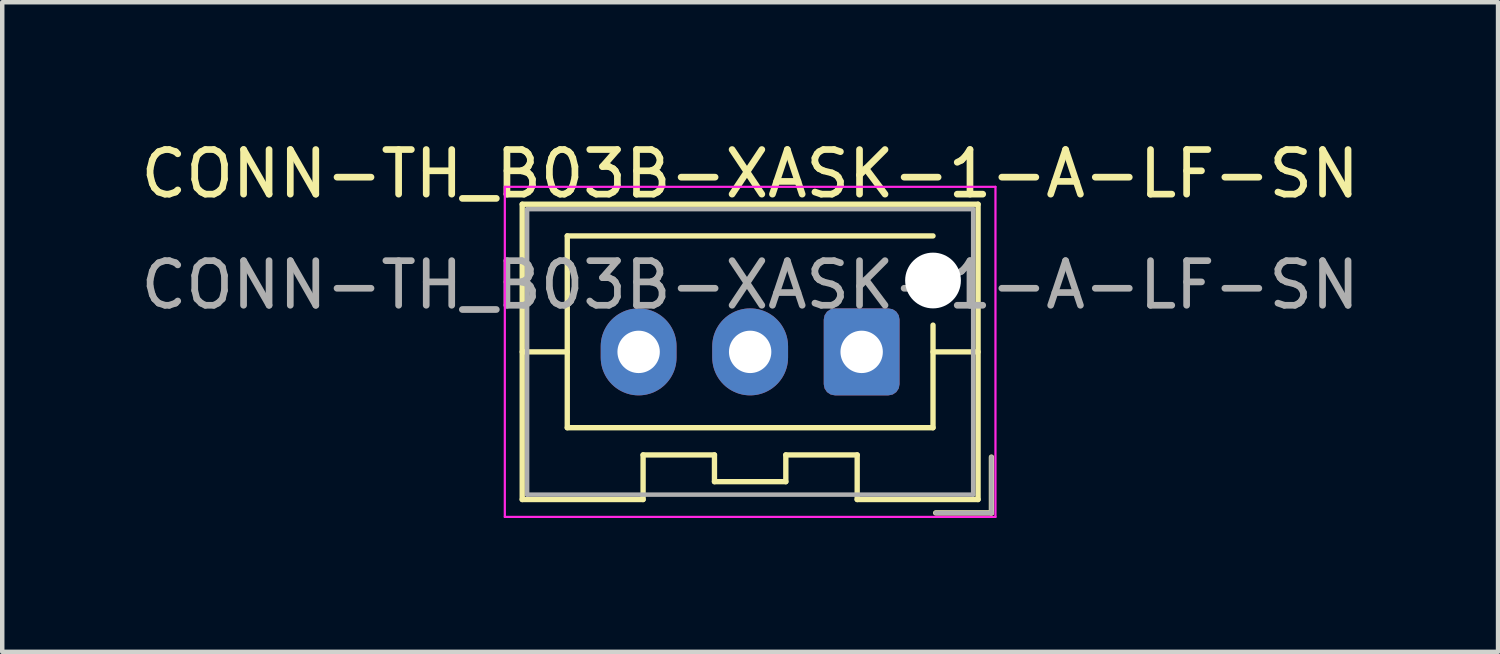
<source format=kicad_pcb>
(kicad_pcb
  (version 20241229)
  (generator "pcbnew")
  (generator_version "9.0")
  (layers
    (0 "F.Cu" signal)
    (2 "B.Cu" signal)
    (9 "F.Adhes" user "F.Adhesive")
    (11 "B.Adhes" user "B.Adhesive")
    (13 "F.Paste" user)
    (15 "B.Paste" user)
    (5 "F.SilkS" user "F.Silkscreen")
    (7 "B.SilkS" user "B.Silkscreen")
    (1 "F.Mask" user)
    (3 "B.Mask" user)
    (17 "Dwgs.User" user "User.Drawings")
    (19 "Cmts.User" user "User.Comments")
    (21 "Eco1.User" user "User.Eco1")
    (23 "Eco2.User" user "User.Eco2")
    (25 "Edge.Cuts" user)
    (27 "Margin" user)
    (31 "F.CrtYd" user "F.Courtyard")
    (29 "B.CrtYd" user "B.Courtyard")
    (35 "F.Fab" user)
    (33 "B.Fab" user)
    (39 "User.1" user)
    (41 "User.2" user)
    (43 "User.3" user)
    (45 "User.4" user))
  (footprint "CONN-TH_B03B-XASK-1-A-LF-SN"
    (layer "F.Cu")
    (at 13.768 4.848)
    (property "Reference" "CONN-TH_B03B-XASK-1-A-LF-SN" (at 0 -4 0) (layer "F.SilkS") (effects (font (size 1 1) (thickness 0.15))))
    (attr smd)
    (fp_line (start -5.11 -3.319) (end -5.11 3.301) (stroke (width 0.12) (type solid)) (layer "F.SilkS"))
    (fp_line (start -5.11 -0.009) (end -4.1 -0.009) (stroke (width 0.12) (type solid)) (layer "F.SilkS"))
    (fp_line (start -5.11 3.301) (end -2.4 3.301) (stroke (width 0.12) (type solid)) (layer "F.SilkS"))
    (fp_line (start -4.1 -2.609) (end 4.1 -2.609) (stroke (width 0.12) (type solid)) (layer "F.SilkS"))
    (fp_line (start -4.1 1.691) (end -4.1 -2.609) (stroke (width 0.12) (type solid)) (layer "F.SilkS"))
    (fp_line (start -2.4 2.301) (end -0.8 2.301) (stroke (width 0.12) (type solid)) (layer "F.SilkS"))
    (fp_line (start -2.4 3.301) (end -2.4 2.301) (stroke (width 0.12) (type solid)) (layer "F.SilkS"))
    (fp_line (start -0.8 2.301) (end -0.8 2.901) (stroke (width 0.12) (type solid)) (layer "F.SilkS"))
    (fp_line (start -0.8 2.901) (end 0.8 2.901) (stroke (width 0.12) (type solid)) (layer "F.SilkS"))
    (fp_line (start 0.8 2.301) (end 2.4 2.301) (stroke (width 0.12) (type solid)) (layer "F.SilkS"))
    (fp_line (start 0.8 2.901) (end 0.8 2.301) (stroke (width 0.12) (type solid)) (layer "F.SilkS"))
    (fp_line (start 2.4 2.301) (end 2.4 3.301) (stroke (width 0.12) (type solid)) (layer "F.SilkS"))
    (fp_line (start 2.4 3.301) (end 5.11 3.301) (stroke (width 0.12) (type solid)) (layer "F.SilkS"))
    (fp_line (start 4.1 -0.609) (end 4.1 1.691) (stroke (width 0.12) (type solid)) (layer "F.SilkS"))
    (fp_line (start 4.1 1.691) (end -4.1 1.691) (stroke (width 0.12) (type solid)) (layer "F.SilkS"))
    (fp_line (start 4.16 3.601) (end 5.41 3.601) (stroke (width 0.12) (type solid)) (layer "F.SilkS"))
    (fp_line (start 5.11 -3.319) (end -5.11 -3.319) (stroke (width 0.12) (type solid)) (layer "F.SilkS"))
    (fp_line (start 5.11 -0.009) (end 4.1 -0.009) (stroke (width 0.12) (type solid)) (layer "F.SilkS"))
    (fp_line (start 5.11 3.301) (end 5.11 -3.319) (stroke (width 0.12) (type solid)) (layer "F.SilkS"))
    (fp_line (start 5.41 3.601) (end 5.41 2.351) (stroke (width 0.12) (type solid)) (layer "F.SilkS"))
    (fp_line (start -5.5 -3.709) (end -5.5 3.691) (stroke (width 0.05) (type solid)) (layer "F.CrtYd"))
    (fp_line (start -5.5 3.691) (end 5.5 3.691) (stroke (width 0.05) (type solid)) (layer "F.CrtYd"))
    (fp_line (start 5.5 -3.709) (end -5.5 -3.709) (stroke (width 0.05) (type solid)) (layer "F.CrtYd"))
    (fp_line (start 5.5 3.691) (end 5.5 -3.709) (stroke (width 0.05) (type solid)) (layer "F.CrtYd"))
    (fp_line (start -5 -3.209) (end -5 3.191) (stroke (width 0.1) (type solid)) (layer "F.Fab"))
    (fp_line (start -5 3.191) (end 5 3.191) (stroke (width 0.1) (type solid)) (layer "F.Fab"))
    (fp_line (start 4.16 3.601) (end 5.41 3.601) (stroke (width 0.1) (type solid)) (layer "F.Fab"))
    (fp_line (start 5 -3.209) (end -5 -3.209) (stroke (width 0.1) (type solid)) (layer "F.Fab"))
    (fp_line (start 5 3.191) (end 5 -3.209) (stroke (width 0.1) (type solid)) (layer "F.Fab"))
    (fp_line (start 5.41 3.601) (end 5.41 2.351) (stroke (width 0.1) (type solid)) (layer "F.Fab"))
    (fp_text user "${REFERENCE}" (at 0 -1.509 180) (layer "F.Fab") (effects (font (size 1 1) (thickness 0.15))))
    (pad "" np_thru_hole circle (at 4.1 -1.609 180) (size 1.25 1.25) (drill 1.25) (layers "*.Cu" "*.Mask"))
    (pad "1" thru_hole roundrect (at 2.5 -0.009 180) (size 1.7 1.95) (drill 0.95) (layers "*.Cu" "*.Mask") (roundrect_rratio 0.147))
    (pad "2" thru_hole oval (at 0 -0.009 180) (size 1.7 1.95) (drill 0.95) (layers "*.Cu" "*.Mask"))
    (pad "3" thru_hole oval (at -2.5 -0.009 180) (size 1.7 1.95) (drill 0.95) (layers "*.Cu" "*.Mask")))
  (gr_rect
    (start -3 -3)
    (end 30.536 11.564)
    (stroke (width 0.1) (type default))
    (fill no)
    (layer "Edge.Cuts")))
</source>
